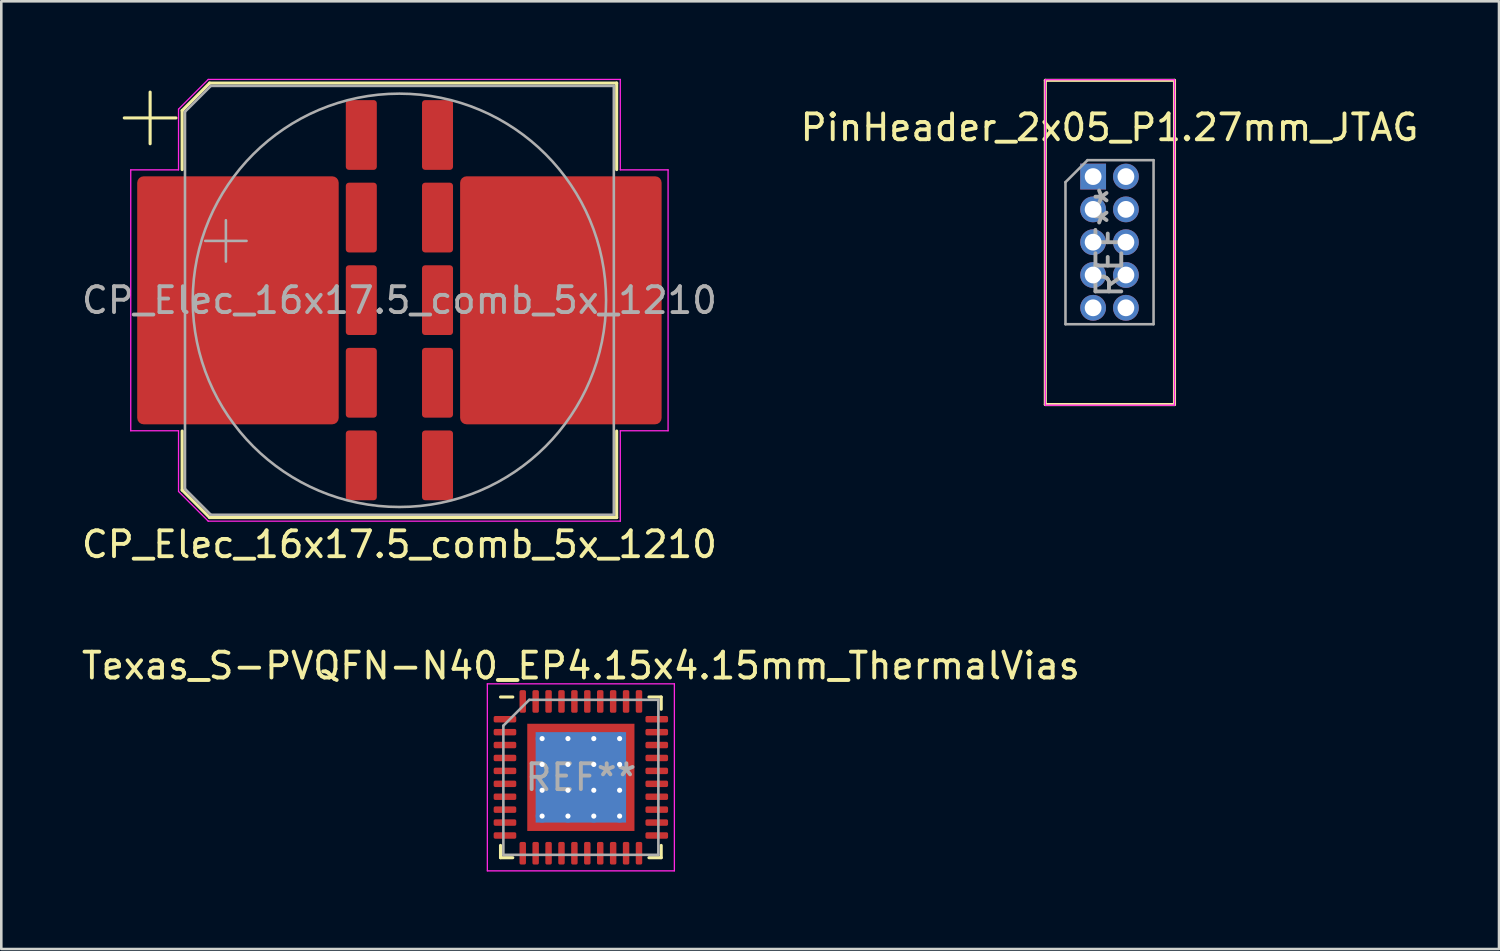
<source format=kicad_pcb>
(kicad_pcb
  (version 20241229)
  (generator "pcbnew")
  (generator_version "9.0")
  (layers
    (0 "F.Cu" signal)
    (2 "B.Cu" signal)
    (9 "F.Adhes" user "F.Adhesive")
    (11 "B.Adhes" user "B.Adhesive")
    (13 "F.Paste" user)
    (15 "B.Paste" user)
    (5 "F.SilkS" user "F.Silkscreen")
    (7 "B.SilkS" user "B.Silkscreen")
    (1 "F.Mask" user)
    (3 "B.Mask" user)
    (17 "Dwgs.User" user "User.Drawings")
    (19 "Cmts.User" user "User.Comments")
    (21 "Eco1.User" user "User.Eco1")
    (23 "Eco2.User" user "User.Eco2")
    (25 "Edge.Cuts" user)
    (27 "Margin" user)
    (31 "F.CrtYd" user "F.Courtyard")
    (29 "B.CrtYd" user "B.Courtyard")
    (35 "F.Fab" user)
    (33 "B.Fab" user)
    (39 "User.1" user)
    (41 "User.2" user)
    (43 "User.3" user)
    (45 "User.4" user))
  (footprint "Texas_S-PVQFN-N40_EP4.15x4.15mm_ThermalVias"
    (layer "F.Cu")
    (at 19.435 27.041)
    (property "Reference" "Texas_S-PVQFN-N40_EP4.15x4.15mm_ThermalVias" (at 0 -4.32 0) (layer "F.SilkS") (effects (font (size 1 1) (thickness 0.15))))
    (attr smd)
    (fp_line (start -3.11 3.11) (end -3.11 2.635) (stroke (width 0.12) (type solid)) (layer "F.SilkS"))
    (fp_line (start -2.635 -3.11) (end -3.11 -3.11) (stroke (width 0.12) (type solid)) (layer "F.SilkS"))
    (fp_line (start -2.635 3.11) (end -3.11 3.11) (stroke (width 0.12) (type solid)) (layer "F.SilkS"))
    (fp_line (start 2.635 -3.11) (end 3.11 -3.11) (stroke (width 0.12) (type solid)) (layer "F.SilkS"))
    (fp_line (start 2.635 3.11) (end 3.11 3.11) (stroke (width 0.12) (type solid)) (layer "F.SilkS"))
    (fp_line (start 3.11 -3.11) (end 3.11 -2.635) (stroke (width 0.12) (type solid)) (layer "F.SilkS"))
    (fp_line (start 3.11 3.11) (end 3.11 2.635) (stroke (width 0.12) (type solid)) (layer "F.SilkS"))
    (fp_line (start -3.62 -3.62) (end -3.62 3.62) (stroke (width 0.05) (type solid)) (layer "F.CrtYd"))
    (fp_line (start -3.62 3.62) (end 3.62 3.62) (stroke (width 0.05) (type solid)) (layer "F.CrtYd"))
    (fp_line (start 3.62 -3.62) (end -3.62 -3.62) (stroke (width 0.05) (type solid)) (layer "F.CrtYd"))
    (fp_line (start 3.62 3.62) (end 3.62 -3.62) (stroke (width 0.05) (type solid)) (layer "F.CrtYd"))
    (fp_line (start -3 -2) (end -2 -3) (stroke (width 0.1) (type solid)) (layer "F.Fab"))
    (fp_line (start -3 3) (end -3 -2) (stroke (width 0.1) (type solid)) (layer "F.Fab"))
    (fp_line (start -2 -3) (end 3 -3) (stroke (width 0.1) (type solid)) (layer "F.Fab"))
    (fp_line (start 3 -3) (end 3 3) (stroke (width 0.1) (type solid)) (layer "F.Fab"))
    (fp_line (start 3 3) (end -3 3) (stroke (width 0.1) (type solid)) (layer "F.Fab"))
    (fp_text user "REF**" (at 0 0 0) (layer "F.Fab") (effects (font (size 1 1) (thickness 0.15))))
    (pad "" smd custom (at -1.788 -1.788) (size 0.342 0.342) (layers "F.Paste") (options (anchor circle)) (primitives (gr_poly (pts (xy -0.116 -0.116) (xy 0.116 -0.116) (xy 0.116 0.012) (xy 0.012 0.116) (xy -0.116 0.116)) (width 0.232) (fill yes))))
    (pad "" smd custom (at -1.788 -1) (size 0.371 0.371) (layers "F.Paste") (options (anchor circle)) (primitives (gr_poly (pts (xy -0.14 -0.311) (xy 0.063 -0.311) (xy 0.14 -0.235) (xy 0.14 0.235) (xy 0.063 0.311) (xy -0.14 0.311)) (width 0.184) (fill yes))))
    (pad "" smd custom (at -1.788 0) (size 0.371 0.371) (layers "F.Paste") (options (anchor circle)) (primitives (gr_poly (pts (xy -0.14 -0.311) (xy 0.063 -0.311) (xy 0.14 -0.235) (xy 0.14 0.235) (xy 0.063 0.311) (xy -0.14 0.311)) (width 0.184) (fill yes))))
    (pad "" smd custom (at -1.788 1) (size 0.371 0.371) (layers "F.Paste") (options (anchor circle)) (primitives (gr_poly (pts (xy -0.14 -0.311) (xy 0.063 -0.311) (xy 0.14 -0.235) (xy 0.14 0.235) (xy 0.063 0.311) (xy -0.14 0.311)) (width 0.184) (fill yes))))
    (pad "" smd custom (at -1.788 1.788) (size 0.342 0.342) (layers "F.Paste") (options (anchor circle)) (primitives (gr_poly (pts (xy -0.116 -0.116) (xy 0.012 -0.116) (xy 0.116 -0.012) (xy 0.116 0.116) (xy -0.116 0.116)) (width 0.232) (fill yes))))
    (pad "" smd custom (at -1 -1.788) (size 0.371 0.371) (layers "F.Paste") (options (anchor circle)) (primitives (gr_poly (pts (xy -0.311 -0.14) (xy 0.311 -0.14) (xy 0.311 0.063) (xy 0.235 0.14) (xy -0.235 0.14) (xy -0.311 0.063)) (width 0.184) (fill yes))))
    (pad "" smd roundrect (at -1 -1) (size 0.806 0.806) (layers "F.Paste") (roundrect_rratio 0.25))
    (pad "" smd roundrect (at -1 0) (size 0.806 0.806) (layers "F.Paste") (roundrect_rratio 0.25))
    (pad "" smd roundrect (at -1 1) (size 0.806 0.806) (layers "F.Paste") (roundrect_rratio 0.25))
    (pad "" smd custom (at -1 1.788) (size 0.371 0.371) (layers "F.Paste") (options (anchor circle)) (primitives (gr_poly (pts (xy -0.311 -0.063) (xy -0.235 -0.14) (xy 0.235 -0.14) (xy 0.311 -0.063) (xy 0.311 0.14) (xy -0.311 0.14)) (width 0.184) (fill yes))))
    (pad "" smd custom (at 0 -1.788) (size 0.371 0.371) (layers "F.Paste") (options (anchor circle)) (primitives (gr_poly (pts (xy -0.311 -0.14) (xy 0.311 -0.14) (xy 0.311 0.063) (xy 0.235 0.14) (xy -0.235 0.14) (xy -0.311 0.063)) (width 0.184) (fill yes))))
    (pad "" smd roundrect (at 0 -1) (size 0.806 0.806) (layers "F.Paste") (roundrect_rratio 0.25))
    (pad "" smd roundrect (at 0 0) (size 0.806 0.806) (layers "F.Paste") (roundrect_rratio 0.25))
    (pad "" smd roundrect (at 0 1) (size 0.806 0.806) (layers "F.Paste") (roundrect_rratio 0.25))
    (pad "" smd custom (at 0 1.788) (size 0.371 0.371) (layers "F.Paste") (options (anchor circle)) (primitives (gr_poly (pts (xy -0.311 -0.063) (xy -0.235 -0.14) (xy 0.235 -0.14) (xy 0.311 -0.063) (xy 0.311 0.14) (xy -0.311 0.14)) (width 0.184) (fill yes))))
    (pad "" smd custom (at 1 -1.788) (size 0.371 0.371) (layers "F.Paste") (options (anchor circle)) (primitives (gr_poly (pts (xy -0.311 -0.14) (xy 0.311 -0.14) (xy 0.311 0.063) (xy 0.235 0.14) (xy -0.235 0.14) (xy -0.311 0.063)) (width 0.184) (fill yes))))
    (pad "" smd roundrect (at 1 -1) (size 0.806 0.806) (layers "F.Paste") (roundrect_rratio 0.25))
    (pad "" smd roundrect (at 1 0) (size 0.806 0.806) (layers "F.Paste") (roundrect_rratio 0.25))
    (pad "" smd roundrect (at 1 1) (size 0.806 0.806) (layers "F.Paste") (roundrect_rratio 0.25))
    (pad "" smd custom (at 1 1.788) (size 0.371 0.371) (layers "F.Paste") (options (anchor circle)) (primitives (gr_poly (pts (xy -0.311 -0.063) (xy -0.235 -0.14) (xy 0.235 -0.14) (xy 0.311 -0.063) (xy 0.311 0.14) (xy -0.311 0.14)) (width 0.184) (fill yes))))
    (pad "" smd custom (at 1.788 -1.788) (size 0.342 0.342) (layers "F.Paste") (options (anchor circle)) (primitives (gr_poly (pts (xy -0.116 -0.116) (xy 0.116 -0.116) (xy 0.116 0.116) (xy -0.012 0.116) (xy -0.116 0.012)) (width 0.232) (fill yes))))
    (pad "" smd custom (at 1.788 -1) (size 0.371 0.371) (layers "F.Paste") (options (anchor circle)) (primitives (gr_poly (pts (xy -0.14 -0.235) (xy -0.063 -0.311) (xy 0.14 -0.311) (xy 0.14 0.311) (xy -0.063 0.311) (xy -0.14 0.235)) (width 0.184) (fill yes))))
    (pad "" smd custom (at 1.788 0) (size 0.371 0.371) (layers "F.Paste") (options (anchor circle)) (primitives (gr_poly (pts (xy -0.14 -0.235) (xy -0.063 -0.311) (xy 0.14 -0.311) (xy 0.14 0.311) (xy -0.063 0.311) (xy -0.14 0.235)) (width 0.184) (fill yes))))
    (pad "" smd custom (at 1.788 1) (size 0.371 0.371) (layers "F.Paste") (options (anchor circle)) (primitives (gr_poly (pts (xy -0.14 -0.235) (xy -0.063 -0.311) (xy 0.14 -0.311) (xy 0.14 0.311) (xy -0.063 0.311) (xy -0.14 0.235)) (width 0.184) (fill yes))))
    (pad "" smd custom (at 1.788 1.788) (size 0.342 0.342) (layers "F.Paste") (options (anchor circle)) (primitives (gr_poly (pts (xy -0.116 -0.012) (xy -0.012 -0.116) (xy 0.116 -0.116) (xy 0.116 0.116) (xy -0.116 0.116)) (width 0.232) (fill yes))))
    (pad "1" smd roundrect (at -2.938 -2.25) (size 0.875 0.25) (layers "F.Cu" "F.Mask" "F.Paste") (roundrect_rratio 0.25))
    (pad "2" smd roundrect (at -2.938 -1.75) (size 0.875 0.25) (layers "F.Cu" "F.Mask" "F.Paste") (roundrect_rratio 0.25))
    (pad "3" smd roundrect (at -2.938 -1.25) (size 0.875 0.25) (layers "F.Cu" "F.Mask" "F.Paste") (roundrect_rratio 0.25))
    (pad "4" smd roundrect (at -2.938 -0.75) (size 0.875 0.25) (layers "F.Cu" "F.Mask" "F.Paste") (roundrect_rratio 0.25))
    (pad "5" smd roundrect (at -2.938 -0.25) (size 0.875 0.25) (layers "F.Cu" "F.Mask" "F.Paste") (roundrect_rratio 0.25))
    (pad "6" smd roundrect (at -2.938 0.25) (size 0.875 0.25) (layers "F.Cu" "F.Mask" "F.Paste") (roundrect_rratio 0.25))
    (pad "7" smd roundrect (at -2.938 0.75) (size 0.875 0.25) (layers "F.Cu" "F.Mask" "F.Paste") (roundrect_rratio 0.25))
    (pad "8" smd roundrect (at -2.938 1.25) (size 0.875 0.25) (layers "F.Cu" "F.Mask" "F.Paste") (roundrect_rratio 0.25))
    (pad "9" smd roundrect (at -2.938 1.75) (size 0.875 0.25) (layers "F.Cu" "F.Mask" "F.Paste") (roundrect_rratio 0.25))
    (pad "10" smd roundrect (at -2.938 2.25) (size 0.875 0.25) (layers "F.Cu" "F.Mask" "F.Paste") (roundrect_rratio 0.25))
    (pad "11" smd roundrect (at -2.25 2.938) (size 0.25 0.875) (layers "F.Cu" "F.Mask" "F.Paste") (roundrect_rratio 0.25))
    (pad "12" smd roundrect (at -1.75 2.938) (size 0.25 0.875) (layers "F.Cu" "F.Mask" "F.Paste") (roundrect_rratio 0.25))
    (pad "13" smd roundrect (at -1.25 2.938) (size 0.25 0.875) (layers "F.Cu" "F.Mask" "F.Paste") (roundrect_rratio 0.25))
    (pad "14" smd roundrect (at -0.75 2.938) (size 0.25 0.875) (layers "F.Cu" "F.Mask" "F.Paste") (roundrect_rratio 0.25))
    (pad "15" smd roundrect (at -0.25 2.938) (size 0.25 0.875) (layers "F.Cu" "F.Mask" "F.Paste") (roundrect_rratio 0.25))
    (pad "16" smd roundrect (at 0.25 2.938) (size 0.25 0.875) (layers "F.Cu" "F.Mask" "F.Paste") (roundrect_rratio 0.25))
    (pad "17" smd roundrect (at 0.75 2.938) (size 0.25 0.875) (layers "F.Cu" "F.Mask" "F.Paste") (roundrect_rratio 0.25))
    (pad "18" smd roundrect (at 1.25 2.938) (size 0.25 0.875) (layers "F.Cu" "F.Mask" "F.Paste") (roundrect_rratio 0.25))
    (pad "19" smd roundrect (at 1.75 2.938) (size 0.25 0.875) (layers "F.Cu" "F.Mask" "F.Paste") (roundrect_rratio 0.25))
    (pad "20" smd roundrect (at 2.25 2.938) (size 0.25 0.875) (layers "F.Cu" "F.Mask" "F.Paste") (roundrect_rratio 0.25))
    (pad "21" smd roundrect (at 2.938 2.25) (size 0.875 0.25) (layers "F.Cu" "F.Mask" "F.Paste") (roundrect_rratio 0.25))
    (pad "22" smd roundrect (at 2.938 1.75) (size 0.875 0.25) (layers "F.Cu" "F.Mask" "F.Paste") (roundrect_rratio 0.25))
    (pad "23" smd roundrect (at 2.938 1.25) (size 0.875 0.25) (layers "F.Cu" "F.Mask" "F.Paste") (roundrect_rratio 0.25))
    (pad "24" smd roundrect (at 2.938 0.75) (size 0.875 0.25) (layers "F.Cu" "F.Mask" "F.Paste") (roundrect_rratio 0.25))
    (pad "25" smd roundrect (at 2.938 0.25) (size 0.875 0.25) (layers "F.Cu" "F.Mask" "F.Paste") (roundrect_rratio 0.25))
    (pad "26" smd roundrect (at 2.938 -0.25) (size 0.875 0.25) (layers "F.Cu" "F.Mask" "F.Paste") (roundrect_rratio 0.25))
    (pad "27" smd roundrect (at 2.938 -0.75) (size 0.875 0.25) (layers "F.Cu" "F.Mask" "F.Paste") (roundrect_rratio 0.25))
    (pad "28" smd roundrect (at 2.938 -1.25) (size 0.875 0.25) (layers "F.Cu" "F.Mask" "F.Paste") (roundrect_rratio 0.25))
    (pad "29" smd roundrect (at 2.938 -1.75) (size 0.875 0.25) (layers "F.Cu" "F.Mask" "F.Paste") (roundrect_rratio 0.25))
    (pad "30" smd roundrect (at 2.938 -2.25) (size 0.875 0.25) (layers "F.Cu" "F.Mask" "F.Paste") (roundrect_rratio 0.25))
    (pad "31" smd roundrect (at 2.25 -2.938) (size 0.25 0.875) (layers "F.Cu" "F.Mask" "F.Paste") (roundrect_rratio 0.25))
    (pad "32" smd roundrect (at 1.75 -2.938) (size 0.25 0.875) (layers "F.Cu" "F.Mask" "F.Paste") (roundrect_rratio 0.25))
    (pad "33" smd roundrect (at 1.25 -2.938) (size 0.25 0.875) (layers "F.Cu" "F.Mask" "F.Paste") (roundrect_rratio 0.25))
    (pad "34" smd roundrect (at 0.75 -2.938) (size 0.25 0.875) (layers "F.Cu" "F.Mask" "F.Paste") (roundrect_rratio 0.25))
    (pad "35" smd roundrect (at 0.25 -2.938) (size 0.25 0.875) (layers "F.Cu" "F.Mask" "F.Paste") (roundrect_rratio 0.25))
    (pad "36" smd roundrect (at -0.25 -2.938) (size 0.25 0.875) (layers "F.Cu" "F.Mask" "F.Paste") (roundrect_rratio 0.25))
    (pad "37" smd roundrect (at -0.75 -2.938) (size 0.25 0.875) (layers "F.Cu" "F.Mask" "F.Paste") (roundrect_rratio 0.25))
    (pad "38" smd roundrect (at -1.25 -2.938) (size 0.25 0.875) (layers "F.Cu" "F.Mask" "F.Paste") (roundrect_rratio 0.25))
    (pad "39" smd roundrect (at -1.75 -2.938) (size 0.25 0.875) (layers "F.Cu" "F.Mask" "F.Paste") (roundrect_rratio 0.25))
    (pad "40" smd roundrect (at -2.25 -2.938) (size 0.25 0.875) (layers "F.Cu" "F.Mask" "F.Paste") (roundrect_rratio 0.25))
    (pad "41" thru_hole circle (at -1.5 -1.5) (size 0.5 0.5) (drill 0.2) (layers "*.Cu"))
    (pad "41" thru_hole circle (at -1.5 -0.5) (size 0.5 0.5) (drill 0.2) (layers "*.Cu"))
    (pad "41" thru_hole circle (at -1.5 0.5) (size 0.5 0.5) (drill 0.2) (layers "*.Cu"))
    (pad "41" thru_hole circle (at -1.5 1.5) (size 0.5 0.5) (drill 0.2) (layers "*.Cu"))
    (pad "41" thru_hole circle (at -0.5 -1.5) (size 0.5 0.5) (drill 0.2) (layers "*.Cu"))
    (pad "41" thru_hole circle (at -0.5 -0.5) (size 0.5 0.5) (drill 0.2) (layers "*.Cu"))
    (pad "41" thru_hole circle (at -0.5 0.5) (size 0.5 0.5) (drill 0.2) (layers "*.Cu"))
    (pad "41" thru_hole circle (at -0.5 1.5) (size 0.5 0.5) (drill 0.2) (layers "*.Cu"))
    (pad "41" smd rect (at 0 0) (size 3.5 3.5) (layers "B.Cu"))
    (pad "41" smd rect (at 0 0) (size 4.15 4.15) (layers "F.Cu" "F.Mask"))
    (pad "41" thru_hole circle (at 0.5 -1.5) (size 0.5 0.5) (drill 0.2) (layers "*.Cu"))
    (pad "41" thru_hole circle (at 0.5 -0.5) (size 0.5 0.5) (drill 0.2) (layers "*.Cu"))
    (pad "41" thru_hole circle (at 0.5 0.5) (size 0.5 0.5) (drill 0.2) (layers "*.Cu"))
    (pad "41" thru_hole circle (at 0.5 1.5) (size 0.5 0.5) (drill 0.2) (layers "*.Cu"))
    (pad "41" thru_hole circle (at 1.5 -1.5) (size 0.5 0.5) (drill 0.2) (layers "*.Cu"))
    (pad "41" thru_hole circle (at 1.5 -0.5) (size 0.5 0.5) (drill 0.2) (layers "*.Cu"))
    (pad "41" thru_hole circle (at 1.5 0.5) (size 0.5 0.5) (drill 0.2) (layers "*.Cu"))
    (pad "41" thru_hole circle (at 1.5 1.5) (size 0.5 0.5) (drill 0.2) (layers "*.Cu")))
  (footprint "PinHeader_2x05_P1.27mm_JTAG"
    (layer "F.Cu")
    (at 39.264 3.785)
    (property "Reference" "PinHeader_2x05_P1.27mm_JTAG" (at 0.635 -1.9 0) (layer "F.SilkS") (effects (font (size 1 1) (thickness 0.15))))
    (attr through_hole)
    (fp_line (start -1.85 -3.725) (end 3.15 -3.725) (stroke (width 0.12) (type solid)) (layer "F.SilkS"))
    (fp_line (start -1.85 8.825) (end -1.85 -3.725) (stroke (width 0.12) (type solid)) (layer "F.SilkS"))
    (fp_line (start 3.15 -3.725) (end 3.15 8.825) (stroke (width 0.12) (type solid)) (layer "F.SilkS"))
    (fp_line (start 3.15 8.825) (end -1.85 8.825) (stroke (width 0.12) (type solid)) (layer "F.SilkS"))
    (fp_line (start -1.85 -3.75) (end -1.85 8.85) (stroke (width 0.05) (type solid)) (layer "F.CrtYd"))
    (fp_line (start -1.85 8.85) (end 3.15 8.85) (stroke (width 0.05) (type solid)) (layer "F.CrtYd"))
    (fp_line (start 3.15 -3.75) (end -1.85 -3.75) (stroke (width 0.05) (type solid)) (layer "F.CrtYd"))
    (fp_line (start 3.15 8.85) (end 3.15 -3.75) (stroke (width 0.05) (type solid)) (layer "F.CrtYd"))
    (fp_line (start -1.07 0.217) (end -0.217 -0.635) (stroke (width 0.1) (type solid)) (layer "F.Fab"))
    (fp_line (start -1.07 5.715) (end -1.07 0.217) (stroke (width 0.1) (type solid)) (layer "F.Fab"))
    (fp_line (start -0.217 -0.635) (end 2.34 -0.635) (stroke (width 0.1) (type solid)) (layer "F.Fab"))
    (fp_line (start 2.34 -0.635) (end 2.34 5.715) (stroke (width 0.1) (type solid)) (layer "F.Fab"))
    (fp_line (start 2.34 5.715) (end -1.07 5.715) (stroke (width 0.1) (type solid)) (layer "F.Fab"))
    (fp_text user "REF**" (at 0.635 2.54 270) (layer "F.Fab") (effects (font (size 1 1) (thickness 0.15))))
    (pad "1" thru_hole rect (at 0 0) (size 1 1) (drill 0.65) (layers "*.Cu" "*.Mask"))
    (pad "2" thru_hole oval (at 1.27 0) (size 1 1) (drill 0.65) (layers "*.Cu" "*.Mask"))
    (pad "3" thru_hole oval (at 0 1.27) (size 1 1) (drill 0.65) (layers "*.Cu" "*.Mask"))
    (pad "4" thru_hole oval (at 1.27 1.27) (size 1 1) (drill 0.65) (layers "*.Cu" "*.Mask"))
    (pad "5" thru_hole oval (at 0 2.54) (size 1 1) (drill 0.65) (layers "*.Cu" "*.Mask"))
    (pad "6" thru_hole oval (at 1.27 2.54) (size 1 1) (drill 0.65) (layers "*.Cu" "*.Mask"))
    (pad "7" thru_hole oval (at 0 3.81) (size 1 1) (drill 0.65) (layers "*.Cu" "*.Mask"))
    (pad "8" thru_hole oval (at 1.27 3.81) (size 1 1) (drill 0.65) (layers "*.Cu" "*.Mask"))
    (pad "9" thru_hole oval (at 0 5.08) (size 1 1) (drill 0.65) (layers "*.Cu" "*.Mask"))
    (pad "10" thru_hole oval (at 1.27 5.08) (size 1 1) (drill 0.65) (layers "*.Cu" "*.Mask")))
  (footprint "CP_Elec_16x17.5_comb_5x_1210"
    (layer "F.Cu")
    (at 12.411 8.575)
    (property "Reference" "CP_Elec_16x17.5_comb_5x_1210" (at 0 9.45 0) (layer "F.SilkS") (effects (font (size 1 1) (thickness 0.15))))
    (attr smd)
    (fp_line (start -10.65 -7.06) (end -8.65 -7.06) (stroke (width 0.12) (type solid)) (layer "F.SilkS"))
    (fp_line (start -9.65 -8.06) (end -9.65 -6.06) (stroke (width 0.12) (type solid)) (layer "F.SilkS"))
    (fp_line (start -8.41 -7.346) (end -8.41 -5.06) (stroke (width 0.12) (type solid)) (layer "F.SilkS"))
    (fp_line (start -8.41 -7.346) (end -7.346 -8.41) (stroke (width 0.12) (type solid)) (layer "F.SilkS"))
    (fp_line (start -8.41 7.346) (end -8.41 5.06) (stroke (width 0.12) (type solid)) (layer "F.SilkS"))
    (fp_line (start -8.41 7.346) (end -7.346 8.41) (stroke (width 0.12) (type solid)) (layer "F.SilkS"))
    (fp_line (start -7.346 -8.41) (end 8.41 -8.41) (stroke (width 0.12) (type solid)) (layer "F.SilkS"))
    (fp_line (start -7.346 8.41) (end 8.41 8.41) (stroke (width 0.12) (type solid)) (layer "F.SilkS"))
    (fp_line (start 8.41 -8.41) (end 8.41 -5.06) (stroke (width 0.12) (type solid)) (layer "F.SilkS"))
    (fp_line (start 8.41 8.41) (end 8.41 5.06) (stroke (width 0.12) (type solid)) (layer "F.SilkS"))
    (fp_line (start -10.4 -5.05) (end -10.4 5.05) (stroke (width 0.05) (type solid)) (layer "F.CrtYd"))
    (fp_line (start -10.4 5.05) (end -8.55 5.05) (stroke (width 0.05) (type solid)) (layer "F.CrtYd"))
    (fp_line (start -8.55 -7.4) (end -8.55 -5.05) (stroke (width 0.05) (type solid)) (layer "F.CrtYd"))
    (fp_line (start -8.55 -7.4) (end -7.4 -8.55) (stroke (width 0.05) (type solid)) (layer "F.CrtYd"))
    (fp_line (start -8.55 -5.05) (end -10.4 -5.05) (stroke (width 0.05) (type solid)) (layer "F.CrtYd"))
    (fp_line (start -8.55 5.05) (end -8.55 7.4) (stroke (width 0.05) (type solid)) (layer "F.CrtYd"))
    (fp_line (start -8.55 7.4) (end -7.4 8.55) (stroke (width 0.05) (type solid)) (layer "F.CrtYd"))
    (fp_line (start -7.4 -8.55) (end 8.55 -8.55) (stroke (width 0.05) (type solid)) (layer "F.CrtYd"))
    (fp_line (start -7.4 8.55) (end 8.55 8.55) (stroke (width 0.05) (type solid)) (layer "F.CrtYd"))
    (fp_line (start 8.55 -8.55) (end 8.55 -5.05) (stroke (width 0.05) (type solid)) (layer "F.CrtYd"))
    (fp_line (start 8.55 -5.05) (end 10.4 -5.05) (stroke (width 0.05) (type solid)) (layer "F.CrtYd"))
    (fp_line (start 8.55 5.05) (end 8.55 8.55) (stroke (width 0.05) (type solid)) (layer "F.CrtYd"))
    (fp_line (start 10.4 -5.05) (end 10.4 5.05) (stroke (width 0.05) (type solid)) (layer "F.CrtYd"))
    (fp_line (start 10.4 5.05) (end 8.55 5.05) (stroke (width 0.05) (type solid)) (layer "F.CrtYd"))
    (fp_line (start -8.3 -7.3) (end -8.3 7.3) (stroke (width 0.1) (type solid)) (layer "F.Fab"))
    (fp_line (start -8.3 -7.3) (end -7.3 -8.3) (stroke (width 0.1) (type solid)) (layer "F.Fab"))
    (fp_line (start -8.3 7.3) (end -7.3 8.3) (stroke (width 0.1) (type solid)) (layer "F.Fab"))
    (fp_line (start -7.517 -2.3) (end -5.917 -2.3) (stroke (width 0.1) (type solid)) (layer "F.Fab"))
    (fp_line (start -7.3 -8.3) (end 8.3 -8.3) (stroke (width 0.1) (type solid)) (layer "F.Fab"))
    (fp_line (start -7.3 8.3) (end 8.3 8.3) (stroke (width 0.1) (type solid)) (layer "F.Fab"))
    (fp_line (start -6.717 -3.1) (end -6.717 -1.5) (stroke (width 0.1) (type solid)) (layer "F.Fab"))
    (fp_line (start 8.3 -8.3) (end 8.3 8.3) (stroke (width 0.1) (type solid)) (layer "F.Fab"))
    (fp_circle (center 0 0) (end 8 0) (stroke (width 0.1) (type solid)) (fill no) (layer "F.Fab"))
    (fp_text user "${REFERENCE}" (at 0 0 0) (layer "F.Fab") (effects (font (size 1 1) (thickness 0.15))))
    (pad "1" smd roundrect (at -6.25 0) (size 7.8 9.6) (layers "F.Cu" "F.Mask" "F.Paste") (roundrect_rratio 0.032))
    (pad "1" smd roundrect (at -1.475 -6.4) (size 1.2 2.7) (layers "F.Cu" "F.Mask" "F.Paste") (roundrect_rratio 0.1))
    (pad "1" smd roundrect (at -1.475 -3.203) (size 1.2 2.7) (layers "F.Cu" "F.Mask" "F.Paste") (roundrect_rratio 0.1))
    (pad "1" smd roundrect (at -1.475 -0.006) (size 1.2 2.7) (layers "F.Cu" "F.Mask" "F.Paste") (roundrect_rratio 0.1))
    (pad "1" smd roundrect (at -1.475 3.192) (size 1.2 2.7) (layers "F.Cu" "F.Mask" "F.Paste") (roundrect_rratio 0.1))
    (pad "1" smd roundrect (at -1.475 6.389) (size 1.2 2.7) (layers "F.Cu" "F.Mask" "F.Paste") (roundrect_rratio 0.1))
    (pad "2" smd roundrect (at 1.475 -6.4) (size 1.2 2.7) (layers "F.Cu" "F.Mask" "F.Paste") (roundrect_rratio 0.1))
    (pad "2" smd roundrect (at 1.475 -3.203) (size 1.2 2.7) (layers "F.Cu" "F.Mask" "F.Paste") (roundrect_rratio 0.1))
    (pad "2" smd roundrect (at 1.475 -0.006) (size 1.2 2.7) (layers "F.Cu" "F.Mask" "F.Paste") (roundrect_rratio 0.1))
    (pad "2" smd roundrect (at 1.475 3.192) (size 1.2 2.7) (layers "F.Cu" "F.Mask" "F.Paste") (roundrect_rratio 0.1))
    (pad "2" smd roundrect (at 1.475 6.389) (size 1.2 2.7) (layers "F.Cu" "F.Mask" "F.Paste") (roundrect_rratio 0.1))
    (pad "2" smd roundrect (at 6.25 0) (size 7.8 9.6) (layers "F.Cu" "F.Mask" "F.Paste") (roundrect_rratio 0.032)))
  (gr_rect
    (start -3 -3)
    (end 54.976 33.687)
    (stroke (width 0.1) (type default))
    (fill no)
    (layer "Edge.Cuts")))
</source>
